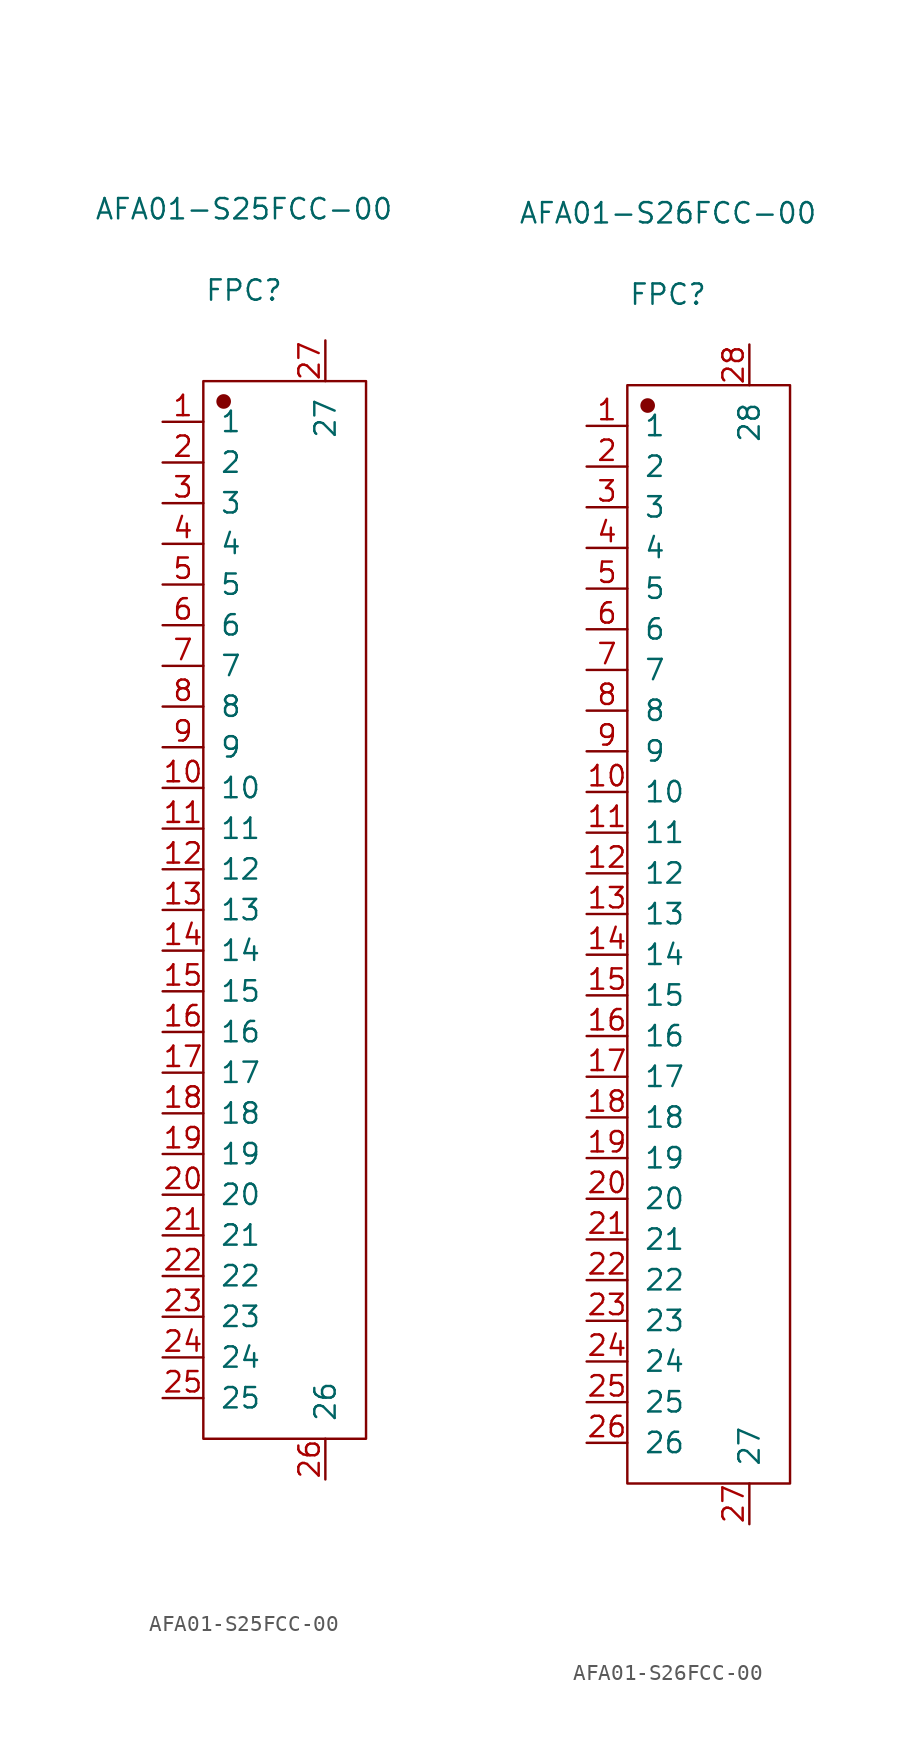
<source format=kicad_sym>
(kicad_symbol_lib
  (version 20220914)
  (generator kicad_symbol_editor)
  (symbol "AFA01-S25FCC-00"
    (pin_names
      (offset 1.016))
    (property "Reference" "FPC"
      (at 0 38.684 0)
      (effects (font (size 1.27 1.27))))
    (property "Value" "AFA01-S25FCC-00"
      (at 0 43.764 0)
      (effects (font (size 1.27 1.27))))
    (symbol "AFA01-S25FCC-00_1_1"
      (rectangle (start -2.54 33.02) (end 7.62 -33.02) (stroke (width 0.152) (type solid)) (fill (type none)))
      (circle (center -1.27 31.75) (radius 0.381) (stroke (width 0.152) (type solid)) (fill (type outline)))
      (pin passive line (at -5.08 30.48 0) (length 2.54) (name "1" (effects (font (size 1.27 1.27)))) (number "1" (effects (font (size 1.27 1.27)))))
      (pin passive line (at -5.08 7.62 0) (length 2.54) (name "10" (effects (font (size 1.27 1.27)))) (number "10" (effects (font (size 1.27 1.27)))))
      (pin passive line (at -5.08 5.08 0) (length 2.54) (name "11" (effects (font (size 1.27 1.27)))) (number "11" (effects (font (size 1.27 1.27)))))
      (pin passive line (at -5.08 2.54 0) (length 2.54) (name "12" (effects (font (size 1.27 1.27)))) (number "12" (effects (font (size 1.27 1.27)))))
      (pin passive line (at -5.08 0 0) (length 2.54) (name "13" (effects (font (size 1.27 1.27)))) (number "13" (effects (font (size 1.27 1.27)))))
      (pin passive line (at -5.08 -2.54 0) (length 2.54) (name "14" (effects (font (size 1.27 1.27)))) (number "14" (effects (font (size 1.27 1.27)))))
      (pin passive line (at -5.08 -5.08 0) (length 2.54) (name "15" (effects (font (size 1.27 1.27)))) (number "15" (effects (font (size 1.27 1.27)))))
      (pin passive line (at -5.08 -7.62 0) (length 2.54) (name "16" (effects (font (size 1.27 1.27)))) (number "16" (effects (font (size 1.27 1.27)))))
      (pin passive line (at -5.08 -10.16 0) (length 2.54) (name "17" (effects (font (size 1.27 1.27)))) (number "17" (effects (font (size 1.27 1.27)))))
      (pin passive line (at -5.08 -12.7 0) (length 2.54) (name "18" (effects (font (size 1.27 1.27)))) (number "18" (effects (font (size 1.27 1.27)))))
      (pin passive line (at -5.08 -15.24 0) (length 2.54) (name "19" (effects (font (size 1.27 1.27)))) (number "19" (effects (font (size 1.27 1.27)))))
      (pin passive line (at -5.08 27.94 0) (length 2.54) (name "2" (effects (font (size 1.27 1.27)))) (number "2" (effects (font (size 1.27 1.27)))))
      (pin passive line (at -5.08 -17.78 0) (length 2.54) (name "20" (effects (font (size 1.27 1.27)))) (number "20" (effects (font (size 1.27 1.27)))))
      (pin passive line (at -5.08 -20.32 0) (length 2.54) (name "21" (effects (font (size 1.27 1.27)))) (number "21" (effects (font (size 1.27 1.27)))))
      (pin passive line (at -5.08 -22.86 0) (length 2.54) (name "22" (effects (font (size 1.27 1.27)))) (number "22" (effects (font (size 1.27 1.27)))))
      (pin passive line (at -5.08 -25.4 0) (length 2.54) (name "23" (effects (font (size 1.27 1.27)))) (number "23" (effects (font (size 1.27 1.27)))))
      (pin passive line (at -5.08 -27.94 0) (length 2.54) (name "24" (effects (font (size 1.27 1.27)))) (number "24" (effects (font (size 1.27 1.27)))))
      (pin passive line (at -5.08 -30.48 0) (length 2.54) (name "25" (effects (font (size 1.27 1.27)))) (number "25" (effects (font (size 1.27 1.27)))))
      (pin free line (at 5.08 -35.56 90) (length 2.54) (name "26" (effects (font (size 1.27 1.27)))) (number "26" (effects (font (size 1.27 1.27)))))
      (pin free line (at 5.08 35.56 270) (length 2.54) (name "27" (effects (font (size 1.27 1.27)))) (number "27" (effects (font (size 1.27 1.27)))))
      (pin passive line (at -5.08 25.4 0) (length 2.54) (name "3" (effects (font (size 1.27 1.27)))) (number "3" (effects (font (size 1.27 1.27)))))
      (pin passive line (at -5.08 22.86 0) (length 2.54) (name "4" (effects (font (size 1.27 1.27)))) (number "4" (effects (font (size 1.27 1.27)))))
      (pin passive line (at -5.08 20.32 0) (length 2.54) (name "5" (effects (font (size 1.27 1.27)))) (number "5" (effects (font (size 1.27 1.27)))))
      (pin passive line (at -5.08 17.78 0) (length 2.54) (name "6" (effects (font (size 1.27 1.27)))) (number "6" (effects (font (size 1.27 1.27)))))
      (pin passive line (at -5.08 15.24 0) (length 2.54) (name "7" (effects (font (size 1.27 1.27)))) (number "7" (effects (font (size 1.27 1.27)))))
      (pin passive line (at -5.08 12.7 0) (length 2.54) (name "8" (effects (font (size 1.27 1.27)))) (number "8" (effects (font (size 1.27 1.27)))))
      (pin passive line (at -5.08 10.16 0) (length 2.54) (name "9" (effects (font (size 1.27 1.27)))) (number "9" (effects (font (size 1.27 1.27)))))))
  (symbol "AFA01-S26FCC-00"
    (pin_names
      (offset 1.016))
    (property "Reference" "FPC"
      (at 0 41.224 0)
      (effects (font (size 1.27 1.27))))
    (property "Value" "AFA01-S26FCC-00"
      (at 0 46.304 0)
      (effects (font (size 1.27 1.27))))
    (symbol "AFA01-S26FCC-00_1_1"
      (rectangle (start -2.54 35.56) (end 7.62 -33.02) (stroke (width 0.152) (type solid)) (fill (type none)))
      (circle (center -1.27 34.29) (radius 0.381) (stroke (width 0.152) (type solid)) (fill (type outline)))
      (pin passive line (at -5.08 33.02 0) (length 2.54) (name "1" (effects (font (size 1.27 1.27)))) (number "1" (effects (font (size 1.27 1.27)))))
      (pin passive line (at -5.08 10.16 0) (length 2.54) (name "10" (effects (font (size 1.27 1.27)))) (number "10" (effects (font (size 1.27 1.27)))))
      (pin passive line (at -5.08 7.62 0) (length 2.54) (name "11" (effects (font (size 1.27 1.27)))) (number "11" (effects (font (size 1.27 1.27)))))
      (pin passive line (at -5.08 5.08 0) (length 2.54) (name "12" (effects (font (size 1.27 1.27)))) (number "12" (effects (font (size 1.27 1.27)))))
      (pin passive line (at -5.08 2.54 0) (length 2.54) (name "13" (effects (font (size 1.27 1.27)))) (number "13" (effects (font (size 1.27 1.27)))))
      (pin passive line (at -5.08 0 0) (length 2.54) (name "14" (effects (font (size 1.27 1.27)))) (number "14" (effects (font (size 1.27 1.27)))))
      (pin passive line (at -5.08 -2.54 0) (length 2.54) (name "15" (effects (font (size 1.27 1.27)))) (number "15" (effects (font (size 1.27 1.27)))))
      (pin passive line (at -5.08 -5.08 0) (length 2.54) (name "16" (effects (font (size 1.27 1.27)))) (number "16" (effects (font (size 1.27 1.27)))))
      (pin passive line (at -5.08 -7.62 0) (length 2.54) (name "17" (effects (font (size 1.27 1.27)))) (number "17" (effects (font (size 1.27 1.27)))))
      (pin passive line (at -5.08 -10.16 0) (length 2.54) (name "18" (effects (font (size 1.27 1.27)))) (number "18" (effects (font (size 1.27 1.27)))))
      (pin passive line (at -5.08 -12.7 0) (length 2.54) (name "19" (effects (font (size 1.27 1.27)))) (number "19" (effects (font (size 1.27 1.27)))))
      (pin passive line (at -5.08 30.48 0) (length 2.54) (name "2" (effects (font (size 1.27 1.27)))) (number "2" (effects (font (size 1.27 1.27)))))
      (pin passive line (at -5.08 -15.24 0) (length 2.54) (name "20" (effects (font (size 1.27 1.27)))) (number "20" (effects (font (size 1.27 1.27)))))
      (pin passive line (at -5.08 -17.78 0) (length 2.54) (name "21" (effects (font (size 1.27 1.27)))) (number "21" (effects (font (size 1.27 1.27)))))
      (pin passive line (at -5.08 -20.32 0) (length 2.54) (name "22" (effects (font (size 1.27 1.27)))) (number "22" (effects (font (size 1.27 1.27)))))
      (pin passive line (at -5.08 -22.86 0) (length 2.54) (name "23" (effects (font (size 1.27 1.27)))) (number "23" (effects (font (size 1.27 1.27)))))
      (pin passive line (at -5.08 -25.4 0) (length 2.54) (name "24" (effects (font (size 1.27 1.27)))) (number "24" (effects (font (size 1.27 1.27)))))
      (pin passive line (at -5.08 -27.94 0) (length 2.54) (name "25" (effects (font (size 1.27 1.27)))) (number "25" (effects (font (size 1.27 1.27)))))
      (pin passive line (at -5.08 -30.48 0) (length 2.54) (name "26" (effects (font (size 1.27 1.27)))) (number "26" (effects (font (size 1.27 1.27)))))
      (pin free line (at 5.08 -35.56 90) (length 2.54) (name "27" (effects (font (size 1.27 1.27)))) (number "27" (effects (font (size 1.27 1.27)))))
      (pin free line (at 5.08 38.1 270) (length 2.54) (name "28" (effects (font (size 1.27 1.27)))) (number "28" (effects (font (size 1.27 1.27)))))
      (pin passive line (at -5.08 27.94 0) (length 2.54) (name "3" (effects (font (size 1.27 1.27)))) (number "3" (effects (font (size 1.27 1.27)))))
      (pin passive line (at -5.08 25.4 0) (length 2.54) (name "4" (effects (font (size 1.27 1.27)))) (number "4" (effects (font (size 1.27 1.27)))))
      (pin passive line (at -5.08 22.86 0) (length 2.54) (name "5" (effects (font (size 1.27 1.27)))) (number "5" (effects (font (size 1.27 1.27)))))
      (pin passive line (at -5.08 20.32 0) (length 2.54) (name "6" (effects (font (size 1.27 1.27)))) (number "6" (effects (font (size 1.27 1.27)))))
      (pin passive line (at -5.08 17.78 0) (length 2.54) (name "7" (effects (font (size 1.27 1.27)))) (number "7" (effects (font (size 1.27 1.27)))))
      (pin passive line (at -5.08 15.24 0) (length 2.54) (name "8" (effects (font (size 1.27 1.27)))) (number "8" (effects (font (size 1.27 1.27)))))
      (pin passive line (at -5.08 12.7 0) (length 2.54) (name "9" (effects (font (size 1.27 1.27)))) (number "9" (effects (font (size 1.27 1.27))))))))
</source>
